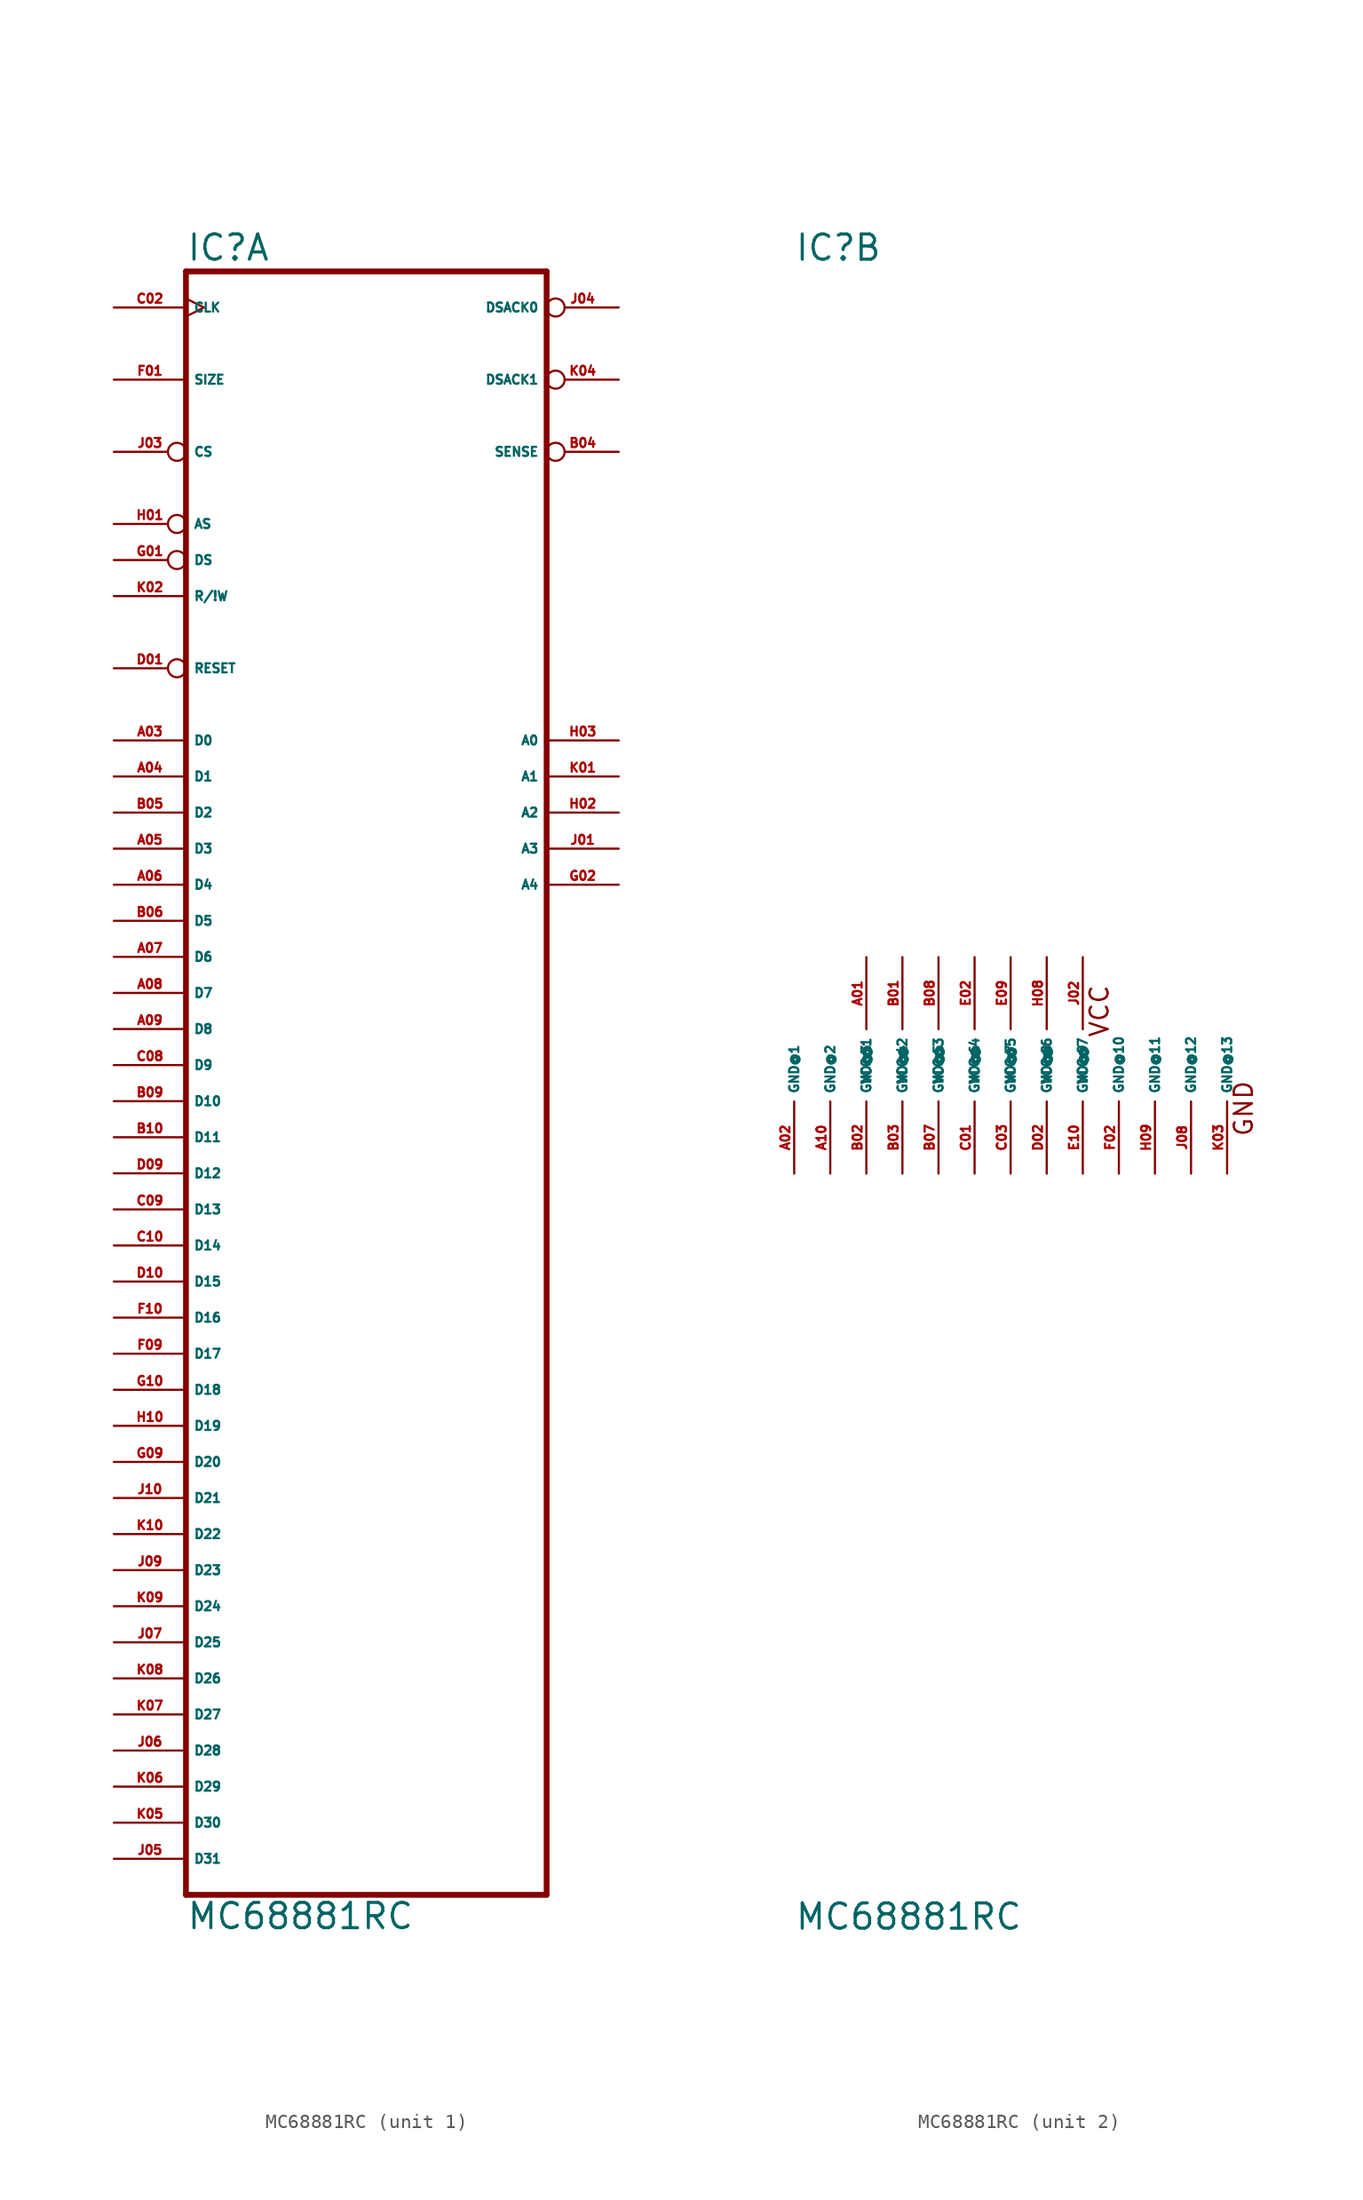
<source format=kicad_sym>
(kicad_symbol_lib
  (version 20220914)
  (generator Eagle2Kicad)
  (symbol "MC68881RC"
    (property "Reference" "IC"
      (at -12.7 56.515 0)
      (effects (font (size 1.778 1.778) (thickness 0.22)) (justify left bottom)))
    (property "Value" "MC68881RC"
      (at -12.7 -60.96 0)
      (effects (font (size 1.778 1.778) (thickness 0.22)) (justify left bottom)))
    (symbol "MC68881RC_1_0"
      (polyline (pts (xy -12.7 -58.42) (xy 12.7 -58.42)) (stroke (width 0.406) (type default)) (fill (type none)))
      (polyline (pts (xy 12.7 55.88) (xy 12.7 -58.42)) (stroke (width 0.406) (type default)) (fill (type none)))
      (polyline (pts (xy 12.7 55.88) (xy -12.7 55.88)) (stroke (width 0.406) (type default)) (fill (type none)))
      (polyline (pts (xy -12.7 -58.42) (xy -12.7 55.88)) (stroke (width 0.406) (type default)) (fill (type none)))
      (pin input line (at -17.78 48.26 0) (length 5.08) (name "SIZE" (effects (font (size 0.635 0.635) (thickness 0.08)) (justify left bottom))) (number "F01" (effects (font (size 0.635 0.635) (thickness 0.08)) (justify left bottom))))
      (pin input inverted (at -17.78 27.94 0) (length 5.08) (name "RESET" (effects (font (size 0.635 0.635) (thickness 0.08)) (justify left bottom))) (number "D01" (effects (font (size 0.635 0.635) (thickness 0.08)) (justify left bottom))))
      (pin bidirectional line (at -17.78 22.86 0) (length 5.08) (name "D0" (effects (font (size 0.635 0.635) (thickness 0.08)) (justify left bottom))) (number "A03" (effects (font (size 0.635 0.635) (thickness 0.08)) (justify left bottom))))
      (pin bidirectional line (at -17.78 20.32 0) (length 5.08) (name "D1" (effects (font (size 0.635 0.635) (thickness 0.08)) (justify left bottom))) (number "A04" (effects (font (size 0.635 0.635) (thickness 0.08)) (justify left bottom))))
      (pin bidirectional line (at -17.78 17.78 0) (length 5.08) (name "D2" (effects (font (size 0.635 0.635) (thickness 0.08)) (justify left bottom))) (number "B05" (effects (font (size 0.635 0.635) (thickness 0.08)) (justify left bottom))))
      (pin bidirectional line (at -17.78 15.24 0) (length 5.08) (name "D3" (effects (font (size 0.635 0.635) (thickness 0.08)) (justify left bottom))) (number "A05" (effects (font (size 0.635 0.635) (thickness 0.08)) (justify left bottom))))
      (pin bidirectional line (at -17.78 12.7 0) (length 5.08) (name "D4" (effects (font (size 0.635 0.635) (thickness 0.08)) (justify left bottom))) (number "A06" (effects (font (size 0.635 0.635) (thickness 0.08)) (justify left bottom))))
      (pin bidirectional line (at -17.78 10.16 0) (length 5.08) (name "D5" (effects (font (size 0.635 0.635) (thickness 0.08)) (justify left bottom))) (number "B06" (effects (font (size 0.635 0.635) (thickness 0.08)) (justify left bottom))))
      (pin bidirectional line (at -17.78 7.62 0) (length 5.08) (name "D6" (effects (font (size 0.635 0.635) (thickness 0.08)) (justify left bottom))) (number "A07" (effects (font (size 0.635 0.635) (thickness 0.08)) (justify left bottom))))
      (pin bidirectional line (at -17.78 5.08 0) (length 5.08) (name "D7" (effects (font (size 0.635 0.635) (thickness 0.08)) (justify left bottom))) (number "A08" (effects (font (size 0.635 0.635) (thickness 0.08)) (justify left bottom))))
      (pin bidirectional line (at -17.78 2.54 0) (length 5.08) (name "D8" (effects (font (size 0.635 0.635) (thickness 0.08)) (justify left bottom))) (number "A09" (effects (font (size 0.635 0.635) (thickness 0.08)) (justify left bottom))))
      (pin bidirectional line (at -17.78 0 0) (length 5.08) (name "D9" (effects (font (size 0.635 0.635) (thickness 0.08)) (justify left bottom))) (number "C08" (effects (font (size 0.635 0.635) (thickness 0.08)) (justify left bottom))))
      (pin bidirectional line (at -17.78 -2.54 0) (length 5.08) (name "D10" (effects (font (size 0.635 0.635) (thickness 0.08)) (justify left bottom))) (number "B09" (effects (font (size 0.635 0.635) (thickness 0.08)) (justify left bottom))))
      (pin bidirectional line (at -17.78 -5.08 0) (length 5.08) (name "D11" (effects (font (size 0.635 0.635) (thickness 0.08)) (justify left bottom))) (number "B10" (effects (font (size 0.635 0.635) (thickness 0.08)) (justify left bottom))))
      (pin bidirectional line (at -17.78 -7.62 0) (length 5.08) (name "D12" (effects (font (size 0.635 0.635) (thickness 0.08)) (justify left bottom))) (number "D09" (effects (font (size 0.635 0.635) (thickness 0.08)) (justify left bottom))))
      (pin bidirectional line (at -17.78 -10.16 0) (length 5.08) (name "D13" (effects (font (size 0.635 0.635) (thickness 0.08)) (justify left bottom))) (number "C09" (effects (font (size 0.635 0.635) (thickness 0.08)) (justify left bottom))))
      (pin bidirectional line (at -17.78 -12.7 0) (length 5.08) (name "D14" (effects (font (size 0.635 0.635) (thickness 0.08)) (justify left bottom))) (number "C10" (effects (font (size 0.635 0.635) (thickness 0.08)) (justify left bottom))))
      (pin bidirectional line (at -17.78 -15.24 0) (length 5.08) (name "D15" (effects (font (size 0.635 0.635) (thickness 0.08)) (justify left bottom))) (number "D10" (effects (font (size 0.635 0.635) (thickness 0.08)) (justify left bottom))))
      (pin input line (at -17.78 33.02 0) (length 5.08) (name "R/!W" (effects (font (size 0.635 0.635) (thickness 0.08)) (justify left bottom))) (number "K02" (effects (font (size 0.635 0.635) (thickness 0.08)) (justify left bottom))))
      (pin input inverted (at -17.78 38.1 0) (length 5.08) (name "AS" (effects (font (size 0.635 0.635) (thickness 0.08)) (justify left bottom))) (number "H01" (effects (font (size 0.635 0.635) (thickness 0.08)) (justify left bottom))))
      (pin input inverted (at -17.78 43.18 0) (length 5.08) (name "CS" (effects (font (size 0.635 0.635) (thickness 0.08)) (justify left bottom))) (number "J03" (effects (font (size 0.635 0.635) (thickness 0.08)) (justify left bottom))))
      (pin input line (at 17.78 20.32 180) (length 5.08) (name "A1" (effects (font (size 0.635 0.635) (thickness 0.08)) (justify left bottom))) (number "K01" (effects (font (size 0.635 0.635) (thickness 0.08)) (justify left bottom))))
      (pin input line (at 17.78 17.78 180) (length 5.08) (name "A2" (effects (font (size 0.635 0.635) (thickness 0.08)) (justify left bottom))) (number "H02" (effects (font (size 0.635 0.635) (thickness 0.08)) (justify left bottom))))
      (pin input line (at 17.78 15.24 180) (length 5.08) (name "A3" (effects (font (size 0.635 0.635) (thickness 0.08)) (justify left bottom))) (number "J01" (effects (font (size 0.635 0.635) (thickness 0.08)) (justify left bottom))))
      (pin input line (at 17.78 12.7 180) (length 5.08) (name "A4" (effects (font (size 0.635 0.635) (thickness 0.08)) (justify left bottom))) (number "G02" (effects (font (size 0.635 0.635) (thickness 0.08)) (justify left bottom))))
      (pin bidirectional line (at -17.78 -17.78 0) (length 5.08) (name "D16" (effects (font (size 0.635 0.635) (thickness 0.08)) (justify left bottom))) (number "F10" (effects (font (size 0.635 0.635) (thickness 0.08)) (justify left bottom))))
      (pin bidirectional line (at -17.78 -20.32 0) (length 5.08) (name "D17" (effects (font (size 0.635 0.635) (thickness 0.08)) (justify left bottom))) (number "F09" (effects (font (size 0.635 0.635) (thickness 0.08)) (justify left bottom))))
      (pin bidirectional line (at -17.78 -22.86 0) (length 5.08) (name "D18" (effects (font (size 0.635 0.635) (thickness 0.08)) (justify left bottom))) (number "G10" (effects (font (size 0.635 0.635) (thickness 0.08)) (justify left bottom))))
      (pin bidirectional line (at -17.78 -25.4 0) (length 5.08) (name "D19" (effects (font (size 0.635 0.635) (thickness 0.08)) (justify left bottom))) (number "H10" (effects (font (size 0.635 0.635) (thickness 0.08)) (justify left bottom))))
      (pin bidirectional line (at -17.78 -27.94 0) (length 5.08) (name "D20" (effects (font (size 0.635 0.635) (thickness 0.08)) (justify left bottom))) (number "G09" (effects (font (size 0.635 0.635) (thickness 0.08)) (justify left bottom))))
      (pin bidirectional line (at -17.78 -30.48 0) (length 5.08) (name "D21" (effects (font (size 0.635 0.635) (thickness 0.08)) (justify left bottom))) (number "J10" (effects (font (size 0.635 0.635) (thickness 0.08)) (justify left bottom))))
      (pin bidirectional line (at -17.78 -33.02 0) (length 5.08) (name "D22" (effects (font (size 0.635 0.635) (thickness 0.08)) (justify left bottom))) (number "K10" (effects (font (size 0.635 0.635) (thickness 0.08)) (justify left bottom))))
      (pin bidirectional line (at -17.78 -35.56 0) (length 5.08) (name "D23" (effects (font (size 0.635 0.635) (thickness 0.08)) (justify left bottom))) (number "J09" (effects (font (size 0.635 0.635) (thickness 0.08)) (justify left bottom))))
      (pin bidirectional line (at -17.78 -38.1 0) (length 5.08) (name "D24" (effects (font (size 0.635 0.635) (thickness 0.08)) (justify left bottom))) (number "K09" (effects (font (size 0.635 0.635) (thickness 0.08)) (justify left bottom))))
      (pin bidirectional line (at -17.78 -40.64 0) (length 5.08) (name "D25" (effects (font (size 0.635 0.635) (thickness 0.08)) (justify left bottom))) (number "J07" (effects (font (size 0.635 0.635) (thickness 0.08)) (justify left bottom))))
      (pin bidirectional line (at -17.78 -43.18 0) (length 5.08) (name "D26" (effects (font (size 0.635 0.635) (thickness 0.08)) (justify left bottom))) (number "K08" (effects (font (size 0.635 0.635) (thickness 0.08)) (justify left bottom))))
      (pin bidirectional line (at -17.78 -45.72 0) (length 5.08) (name "D27" (effects (font (size 0.635 0.635) (thickness 0.08)) (justify left bottom))) (number "K07" (effects (font (size 0.635 0.635) (thickness 0.08)) (justify left bottom))))
      (pin bidirectional line (at -17.78 -48.26 0) (length 5.08) (name "D28" (effects (font (size 0.635 0.635) (thickness 0.08)) (justify left bottom))) (number "J06" (effects (font (size 0.635 0.635) (thickness 0.08)) (justify left bottom))))
      (pin bidirectional line (at -17.78 -50.8 0) (length 5.08) (name "D29" (effects (font (size 0.635 0.635) (thickness 0.08)) (justify left bottom))) (number "K06" (effects (font (size 0.635 0.635) (thickness 0.08)) (justify left bottom))))
      (pin bidirectional line (at -17.78 -53.34 0) (length 5.08) (name "D30" (effects (font (size 0.635 0.635) (thickness 0.08)) (justify left bottom))) (number "K05" (effects (font (size 0.635 0.635) (thickness 0.08)) (justify left bottom))))
      (pin bidirectional line (at -17.78 -55.88 0) (length 5.08) (name "D31" (effects (font (size 0.635 0.635) (thickness 0.08)) (justify left bottom))) (number "J05" (effects (font (size 0.635 0.635) (thickness 0.08)) (justify left bottom))))
      (pin input line (at 17.78 22.86 180) (length 5.08) (name "A0" (effects (font (size 0.635 0.635) (thickness 0.08)) (justify left bottom))) (number "H03" (effects (font (size 0.635 0.635) (thickness 0.08)) (justify left bottom))))
      (pin input inverted (at -17.78 35.56 0) (length 5.08) (name "DS" (effects (font (size 0.635 0.635) (thickness 0.08)) (justify left bottom))) (number "G01" (effects (font (size 0.635 0.635) (thickness 0.08)) (justify left bottom))))
      (pin output inverted (at 17.78 53.34 180) (length 5.08) (name "DSACK0" (effects (font (size 0.635 0.635) (thickness 0.08)) (justify left bottom))) (number "J04" (effects (font (size 0.635 0.635) (thickness 0.08)) (justify left bottom))))
      (pin output inverted (at 17.78 48.26 180) (length 5.08) (name "DSACK1" (effects (font (size 0.635 0.635) (thickness 0.08)) (justify left bottom))) (number "K04" (effects (font (size 0.635 0.635) (thickness 0.08)) (justify left bottom))))
      (pin bidirectional inverted (at 17.78 43.18 180) (length 5.08) (name "SENSE" (effects (font (size 0.635 0.635) (thickness 0.08)) (justify left bottom))) (number "B04" (effects (font (size 0.635 0.635) (thickness 0.08)) (justify left bottom))))
      (pin input clock (at -17.78 53.34 0) (length 5.08) (name "CLK" (effects (font (size 0.635 0.635) (thickness 0.08)) (justify left bottom))) (number "C02" (effects (font (size 0.635 0.635) (thickness 0.08)) (justify left bottom)))))
    (symbol "MC68881RC_2_0"
      (text "VCC" (at 9.525 1.905 900) (effects (font (size 1.27 1.27) (thickness 0.16)) (justify left bottom)))
      (text "GND" (at 19.685 -5.08 900) (effects (font (size 1.27 1.27) (thickness 0.16)) (justify left bottom)))
      (pin unspecified line (at -12.7 -7.62 90) (length 5.08) (name "GND@1" (effects (font (size 0.635 0.635) (thickness 0.08)) (justify left bottom))) (number "A02" (effects (font (size 0.635 0.635) (thickness 0.08)) (justify left bottom))))
      (pin unspecified line (at -10.16 -7.62 90) (length 5.08) (name "GND@2" (effects (font (size 0.635 0.635) (thickness 0.08)) (justify left bottom))) (number "A10" (effects (font (size 0.635 0.635) (thickness 0.08)) (justify left bottom))))
      (pin unspecified line (at -7.62 -7.62 90) (length 5.08) (name "GND@3" (effects (font (size 0.635 0.635) (thickness 0.08)) (justify left bottom))) (number "B02" (effects (font (size 0.635 0.635) (thickness 0.08)) (justify left bottom))))
      (pin unspecified line (at -5.08 -7.62 90) (length 5.08) (name "GND@4" (effects (font (size 0.635 0.635) (thickness 0.08)) (justify left bottom))) (number "B03" (effects (font (size 0.635 0.635) (thickness 0.08)) (justify left bottom))))
      (pin unspecified line (at -2.54 -7.62 90) (length 5.08) (name "GND@5" (effects (font (size 0.635 0.635) (thickness 0.08)) (justify left bottom))) (number "B07" (effects (font (size 0.635 0.635) (thickness 0.08)) (justify left bottom))))
      (pin unspecified line (at 0 -7.62 90) (length 5.08) (name "GND@6" (effects (font (size 0.635 0.635) (thickness 0.08)) (justify left bottom))) (number "C01" (effects (font (size 0.635 0.635) (thickness 0.08)) (justify left bottom))))
      (pin unspecified line (at 2.54 -7.62 90) (length 5.08) (name "GND@7" (effects (font (size 0.635 0.635) (thickness 0.08)) (justify left bottom))) (number "C03" (effects (font (size 0.635 0.635) (thickness 0.08)) (justify left bottom))))
      (pin unspecified line (at 5.08 -7.62 90) (length 5.08) (name "GND@8" (effects (font (size 0.635 0.635) (thickness 0.08)) (justify left bottom))) (number "D02" (effects (font (size 0.635 0.635) (thickness 0.08)) (justify left bottom))))
      (pin unspecified line (at 7.62 -7.62 90) (length 5.08) (name "GND@9" (effects (font (size 0.635 0.635) (thickness 0.08)) (justify left bottom))) (number "E10" (effects (font (size 0.635 0.635) (thickness 0.08)) (justify left bottom))))
      (pin unspecified line (at 10.16 -7.62 90) (length 5.08) (name "GND@10" (effects (font (size 0.635 0.635) (thickness 0.08)) (justify left bottom))) (number "F02" (effects (font (size 0.635 0.635) (thickness 0.08)) (justify left bottom))))
      (pin unspecified line (at 12.7 -7.62 90) (length 5.08) (name "GND@11" (effects (font (size 0.635 0.635) (thickness 0.08)) (justify left bottom))) (number "H09" (effects (font (size 0.635 0.635) (thickness 0.08)) (justify left bottom))))
      (pin unspecified line (at 15.24 -7.62 90) (length 5.08) (name "GND@12" (effects (font (size 0.635 0.635) (thickness 0.08)) (justify left bottom))) (number "J08" (effects (font (size 0.635 0.635) (thickness 0.08)) (justify left bottom))))
      (pin unspecified line (at -7.62 7.62 270) (length 5.08) (name "VCC@1" (effects (font (size 0.635 0.635) (thickness 0.08)) (justify left bottom))) (number "A01" (effects (font (size 0.635 0.635) (thickness 0.08)) (justify left bottom))))
      (pin unspecified line (at -5.08 7.62 270) (length 5.08) (name "VCC@2" (effects (font (size 0.635 0.635) (thickness 0.08)) (justify left bottom))) (number "B01" (effects (font (size 0.635 0.635) (thickness 0.08)) (justify left bottom))))
      (pin unspecified line (at -2.54 7.62 270) (length 5.08) (name "VCC@3" (effects (font (size 0.635 0.635) (thickness 0.08)) (justify left bottom))) (number "B08" (effects (font (size 0.635 0.635) (thickness 0.08)) (justify left bottom))))
      (pin unspecified line (at 0 7.62 270) (length 5.08) (name "VCC@4" (effects (font (size 0.635 0.635) (thickness 0.08)) (justify left bottom))) (number "E02" (effects (font (size 0.635 0.635) (thickness 0.08)) (justify left bottom))))
      (pin unspecified line (at 2.54 7.62 270) (length 5.08) (name "VCC@5" (effects (font (size 0.635 0.635) (thickness 0.08)) (justify left bottom))) (number "E09" (effects (font (size 0.635 0.635) (thickness 0.08)) (justify left bottom))))
      (pin unspecified line (at 5.08 7.62 270) (length 5.08) (name "VCC@6" (effects (font (size 0.635 0.635) (thickness 0.08)) (justify left bottom))) (number "H08" (effects (font (size 0.635 0.635) (thickness 0.08)) (justify left bottom))))
      (pin unspecified line (at 7.62 7.62 270) (length 5.08) (name "VCC@7" (effects (font (size 0.635 0.635) (thickness 0.08)) (justify left bottom))) (number "J02" (effects (font (size 0.635 0.635) (thickness 0.08)) (justify left bottom))))
      (pin unspecified line (at 17.78 -7.62 90) (length 5.08) (name "GND@13" (effects (font (size 0.635 0.635) (thickness 0.08)) (justify left bottom))) (number "K03" (effects (font (size 0.635 0.635) (thickness 0.08)) (justify left bottom)))))))
</source>
